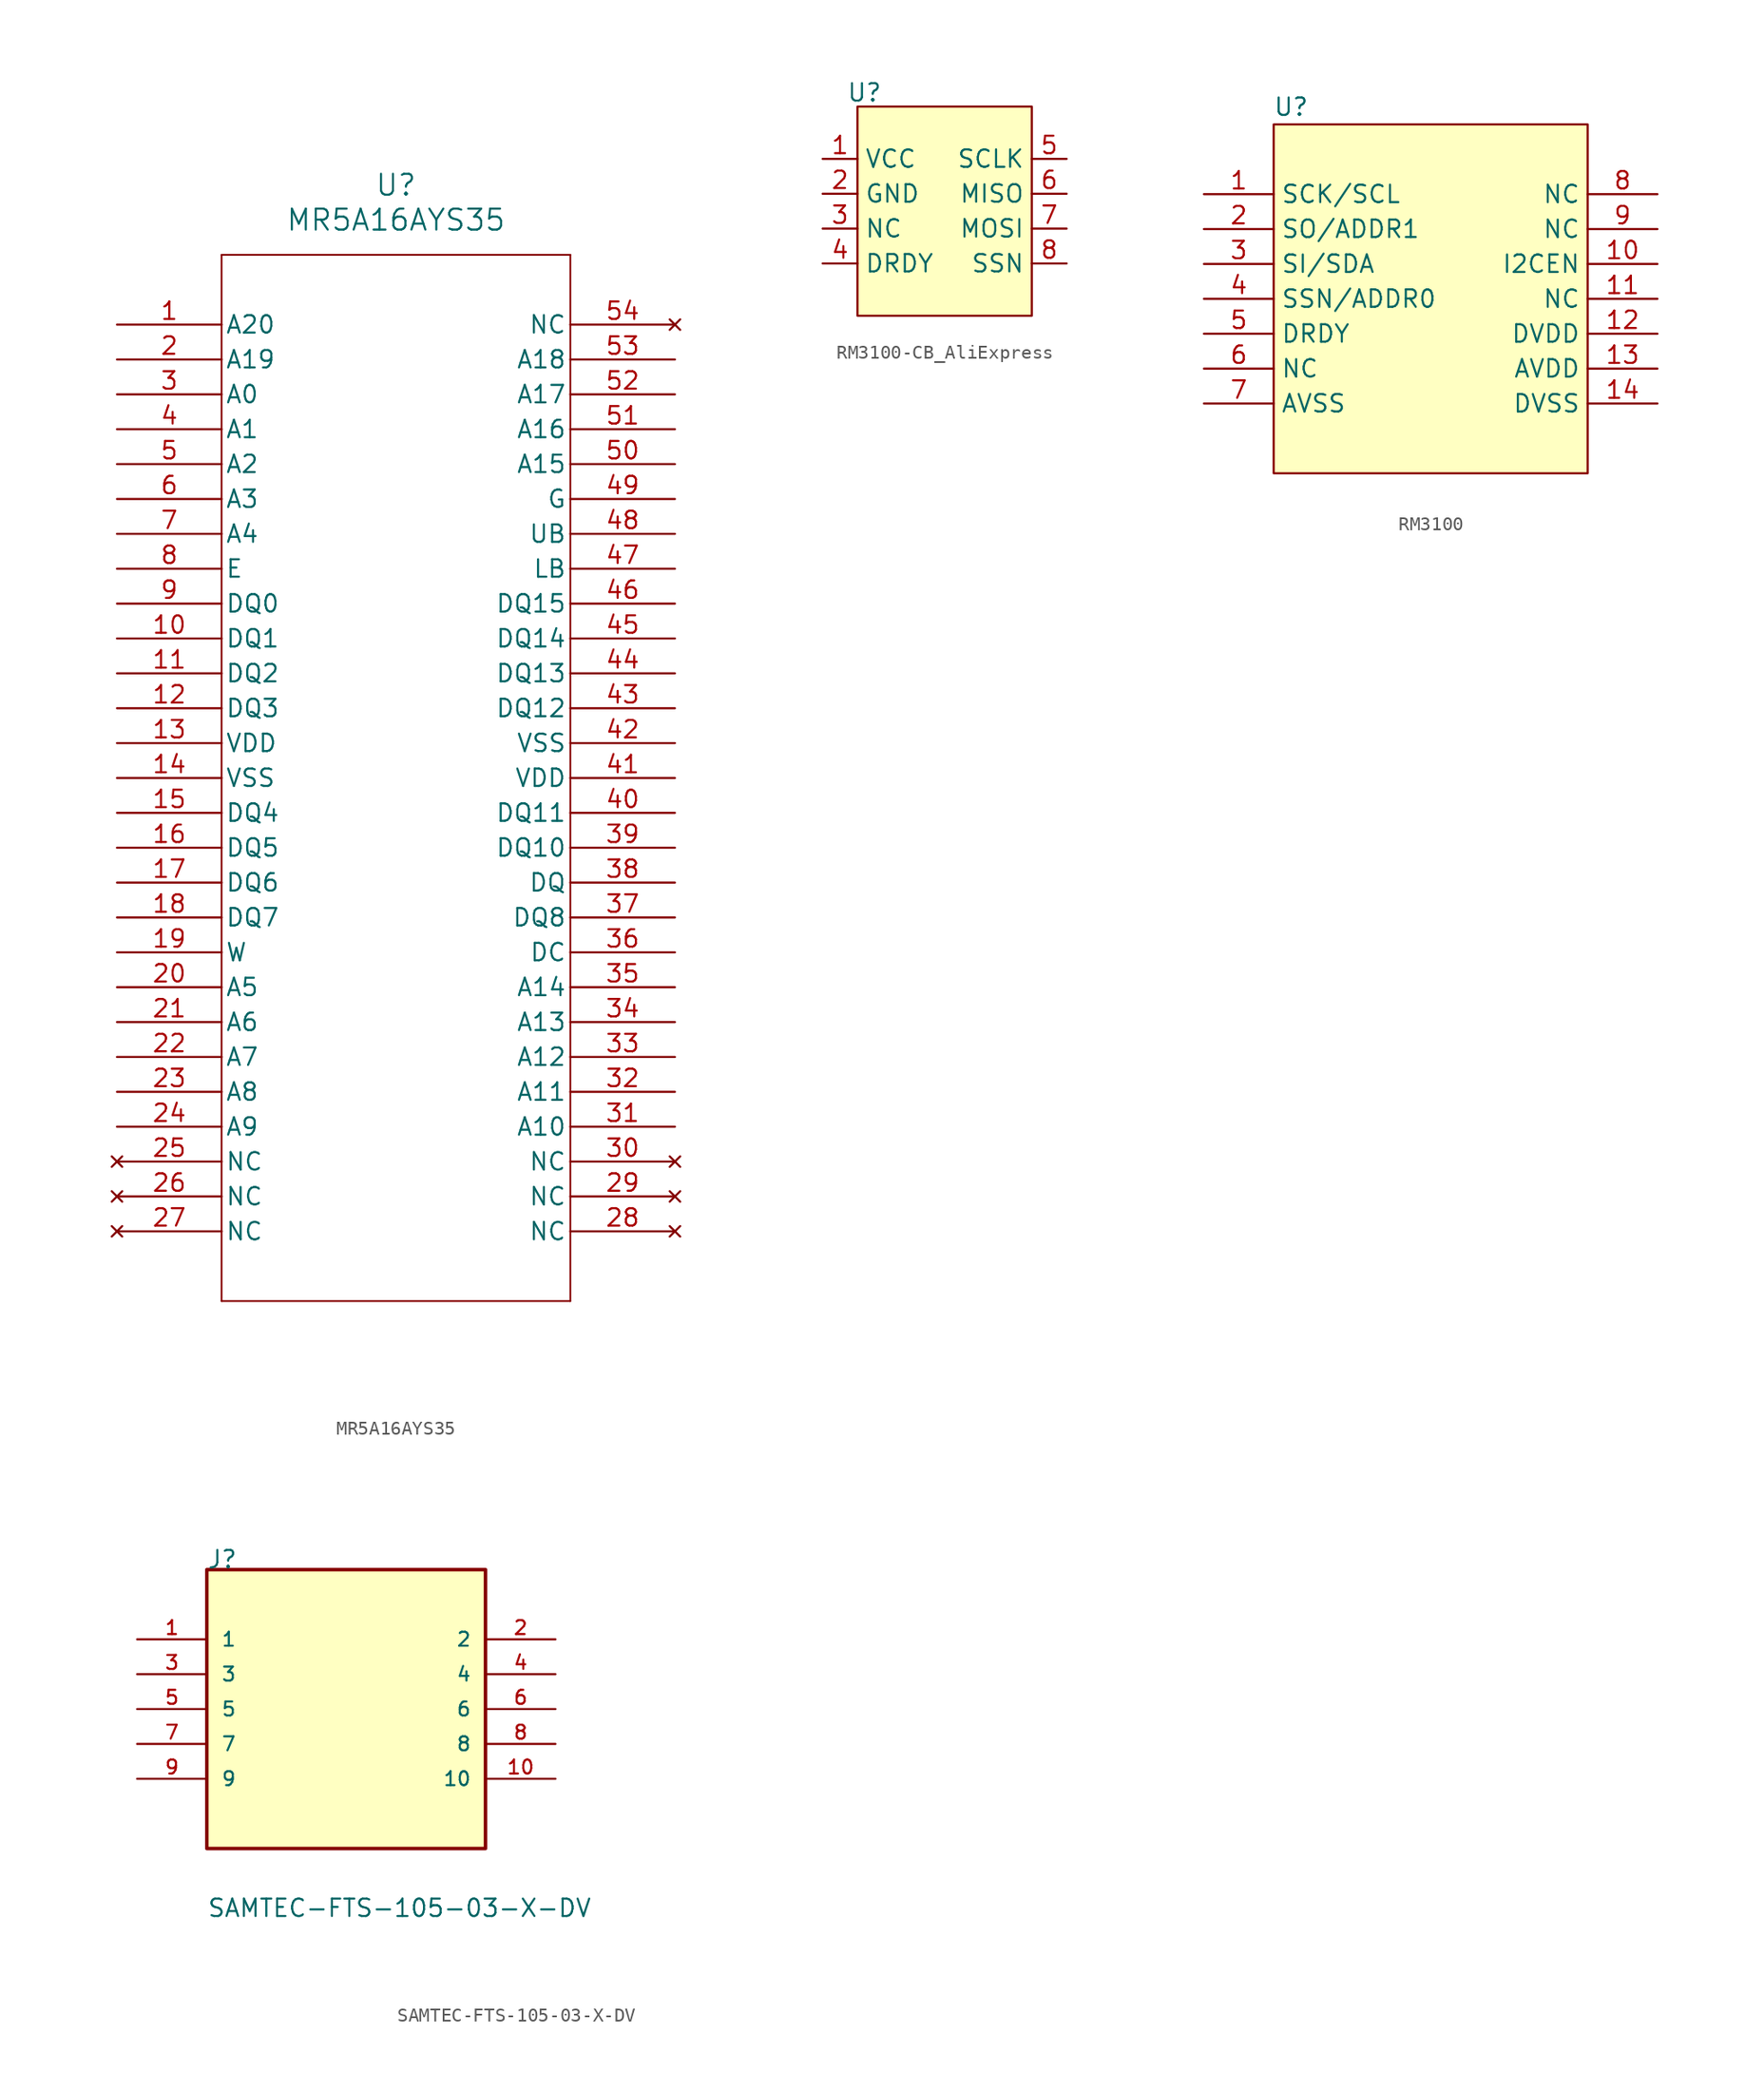
<source format=kicad_sym>
(kicad_symbol_lib
  (version 20231120)
  (generator "kicad_symbol_editor")
  (generator_version "8.0")
  (symbol "MR5A16AYS35"
    (pin_names
      (offset 0.254))
    (property "Reference" "U"
      (at 20.32 10.16 0)
      (effects (font (size 1.524 1.524))))
    (property "Value" "MR5A16AYS35"
      (at 20.32 7.62 0)
      (effects (font (size 1.524 1.524))))
    (property "ki_locked" ""
      (at 0 0 0)
      (effects (font (size 1.27 1.27))))
    (symbol "MR5A16AYS35_0_1"
      (polyline (pts (xy 7.62 -71.12) (xy 33.02 -71.12)) (stroke (width 0.127) (type default)) (fill (type none)))
      (polyline (pts (xy 7.62 5.08) (xy 7.62 -71.12)) (stroke (width 0.127) (type default)) (fill (type none)))
      (polyline (pts (xy 33.02 -71.12) (xy 33.02 5.08)) (stroke (width 0.127) (type default)) (fill (type none)))
      (polyline (pts (xy 33.02 5.08) (xy 7.62 5.08)) (stroke (width 0.127) (type default)) (fill (type none)))
      (pin bidirectional line (at 0 0 0) (length 7.62) (name "A20" (effects (font (size 1.27 1.27)))) (number "1" (effects (font (size 1.27 1.27)))))
      (pin bidirectional line (at 0 -22.86 0) (length 7.62) (name "DQ1" (effects (font (size 1.27 1.27)))) (number "10" (effects (font (size 1.27 1.27)))))
      (pin bidirectional line (at 0 -25.4 0) (length 7.62) (name "DQ2" (effects (font (size 1.27 1.27)))) (number "11" (effects (font (size 1.27 1.27)))))
      (pin bidirectional line (at 0 -27.94 0) (length 7.62) (name "DQ3" (effects (font (size 1.27 1.27)))) (number "12" (effects (font (size 1.27 1.27)))))
      (pin power_in line (at 0 -30.48 0) (length 7.62) (name "VDD" (effects (font (size 1.27 1.27)))) (number "13" (effects (font (size 1.27 1.27)))))
      (pin power_out line (at 0 -33.02 0) (length 7.62) (name "VSS" (effects (font (size 1.27 1.27)))) (number "14" (effects (font (size 1.27 1.27)))))
      (pin bidirectional line (at 0 -35.56 0) (length 7.62) (name "DQ4" (effects (font (size 1.27 1.27)))) (number "15" (effects (font (size 1.27 1.27)))))
      (pin bidirectional line (at 0 -38.1 0) (length 7.62) (name "DQ5" (effects (font (size 1.27 1.27)))) (number "16" (effects (font (size 1.27 1.27)))))
      (pin bidirectional line (at 0 -40.64 0) (length 7.62) (name "DQ6" (effects (font (size 1.27 1.27)))) (number "17" (effects (font (size 1.27 1.27)))))
      (pin bidirectional line (at 0 -43.18 0) (length 7.62) (name "DQ7" (effects (font (size 1.27 1.27)))) (number "18" (effects (font (size 1.27 1.27)))))
      (pin unspecified line (at 0 -45.72 0) (length 7.62) (name "W" (effects (font (size 1.27 1.27)))) (number "19" (effects (font (size 1.27 1.27)))))
      (pin bidirectional line (at 0 -2.54 0) (length 7.62) (name "A19" (effects (font (size 1.27 1.27)))) (number "2" (effects (font (size 1.27 1.27)))))
      (pin bidirectional line (at 0 -48.26 0) (length 7.62) (name "A5" (effects (font (size 1.27 1.27)))) (number "20" (effects (font (size 1.27 1.27)))))
      (pin bidirectional line (at 0 -50.8 0) (length 7.62) (name "A6" (effects (font (size 1.27 1.27)))) (number "21" (effects (font (size 1.27 1.27)))))
      (pin bidirectional line (at 0 -53.34 0) (length 7.62) (name "A7" (effects (font (size 1.27 1.27)))) (number "22" (effects (font (size 1.27 1.27)))))
      (pin bidirectional line (at 0 -55.88 0) (length 7.62) (name "A8" (effects (font (size 1.27 1.27)))) (number "23" (effects (font (size 1.27 1.27)))))
      (pin bidirectional line (at 0 -58.42 0) (length 7.62) (name "A9" (effects (font (size 1.27 1.27)))) (number "24" (effects (font (size 1.27 1.27)))))
      (pin no_connect line (at 0 -60.96 0) (length 7.62) (name "NC" (effects (font (size 1.27 1.27)))) (number "25" (effects (font (size 1.27 1.27)))))
      (pin no_connect line (at 0 -63.5 0) (length 7.62) (name "NC" (effects (font (size 1.27 1.27)))) (number "26" (effects (font (size 1.27 1.27)))))
      (pin no_connect line (at 0 -66.04 0) (length 7.62) (name "NC" (effects (font (size 1.27 1.27)))) (number "27" (effects (font (size 1.27 1.27)))))
      (pin no_connect line (at 40.64 -66.04 180) (length 7.62) (name "NC" (effects (font (size 1.27 1.27)))) (number "28" (effects (font (size 1.27 1.27)))))
      (pin no_connect line (at 40.64 -63.5 180) (length 7.62) (name "NC" (effects (font (size 1.27 1.27)))) (number "29" (effects (font (size 1.27 1.27)))))
      (pin bidirectional line (at 0 -5.08 0) (length 7.62) (name "A0" (effects (font (size 1.27 1.27)))) (number "3" (effects (font (size 1.27 1.27)))))
      (pin no_connect line (at 40.64 -60.96 180) (length 7.62) (name "NC" (effects (font (size 1.27 1.27)))) (number "30" (effects (font (size 1.27 1.27)))))
      (pin bidirectional line (at 40.64 -58.42 180) (length 7.62) (name "A10" (effects (font (size 1.27 1.27)))) (number "31" (effects (font (size 1.27 1.27)))))
      (pin bidirectional line (at 40.64 -55.88 180) (length 7.62) (name "A11" (effects (font (size 1.27 1.27)))) (number "32" (effects (font (size 1.27 1.27)))))
      (pin bidirectional line (at 40.64 -53.34 180) (length 7.62) (name "A12" (effects (font (size 1.27 1.27)))) (number "33" (effects (font (size 1.27 1.27)))))
      (pin bidirectional line (at 40.64 -50.8 180) (length 7.62) (name "A13" (effects (font (size 1.27 1.27)))) (number "34" (effects (font (size 1.27 1.27)))))
      (pin bidirectional line (at 40.64 -48.26 180) (length 7.62) (name "A14" (effects (font (size 1.27 1.27)))) (number "35" (effects (font (size 1.27 1.27)))))
      (pin unspecified line (at 40.64 -45.72 180) (length 7.62) (name "DC" (effects (font (size 1.27 1.27)))) (number "36" (effects (font (size 1.27 1.27)))))
      (pin bidirectional line (at 40.64 -43.18 180) (length 7.62) (name "DQ8" (effects (font (size 1.27 1.27)))) (number "37" (effects (font (size 1.27 1.27)))))
      (pin unspecified line (at 40.64 -40.64 180) (length 7.62) (name "DQ" (effects (font (size 1.27 1.27)))) (number "38" (effects (font (size 1.27 1.27)))))
      (pin bidirectional line (at 40.64 -38.1 180) (length 7.62) (name "DQ10" (effects (font (size 1.27 1.27)))) (number "39" (effects (font (size 1.27 1.27)))))
      (pin bidirectional line (at 0 -7.62 0) (length 7.62) (name "A1" (effects (font (size 1.27 1.27)))) (number "4" (effects (font (size 1.27 1.27)))))
      (pin bidirectional line (at 40.64 -35.56 180) (length 7.62) (name "DQ11" (effects (font (size 1.27 1.27)))) (number "40" (effects (font (size 1.27 1.27)))))
      (pin power_in line (at 40.64 -33.02 180) (length 7.62) (name "VDD" (effects (font (size 1.27 1.27)))) (number "41" (effects (font (size 1.27 1.27)))))
      (pin power_out line (at 40.64 -30.48 180) (length 7.62) (name "VSS" (effects (font (size 1.27 1.27)))) (number "42" (effects (font (size 1.27 1.27)))))
      (pin bidirectional line (at 40.64 -27.94 180) (length 7.62) (name "DQ12" (effects (font (size 1.27 1.27)))) (number "43" (effects (font (size 1.27 1.27)))))
      (pin bidirectional line (at 40.64 -25.4 180) (length 7.62) (name "DQ13" (effects (font (size 1.27 1.27)))) (number "44" (effects (font (size 1.27 1.27)))))
      (pin bidirectional line (at 40.64 -22.86 180) (length 7.62) (name "DQ14" (effects (font (size 1.27 1.27)))) (number "45" (effects (font (size 1.27 1.27)))))
      (pin bidirectional line (at 40.64 -20.32 180) (length 7.62) (name "DQ15" (effects (font (size 1.27 1.27)))) (number "46" (effects (font (size 1.27 1.27)))))
      (pin unspecified line (at 40.64 -17.78 180) (length 7.62) (name "LB" (effects (font (size 1.27 1.27)))) (number "47" (effects (font (size 1.27 1.27)))))
      (pin unspecified line (at 40.64 -15.24 180) (length 7.62) (name "UB" (effects (font (size 1.27 1.27)))) (number "48" (effects (font (size 1.27 1.27)))))
      (pin unspecified line (at 40.64 -12.7 180) (length 7.62) (name "G" (effects (font (size 1.27 1.27)))) (number "49" (effects (font (size 1.27 1.27)))))
      (pin bidirectional line (at 0 -10.16 0) (length 7.62) (name "A2" (effects (font (size 1.27 1.27)))) (number "5" (effects (font (size 1.27 1.27)))))
      (pin bidirectional line (at 40.64 -10.16 180) (length 7.62) (name "A15" (effects (font (size 1.27 1.27)))) (number "50" (effects (font (size 1.27 1.27)))))
      (pin bidirectional line (at 40.64 -7.62 180) (length 7.62) (name "A16" (effects (font (size 1.27 1.27)))) (number "51" (effects (font (size 1.27 1.27)))))
      (pin bidirectional line (at 40.64 -5.08 180) (length 7.62) (name "A17" (effects (font (size 1.27 1.27)))) (number "52" (effects (font (size 1.27 1.27)))))
      (pin bidirectional line (at 40.64 -2.54 180) (length 7.62) (name "A18" (effects (font (size 1.27 1.27)))) (number "53" (effects (font (size 1.27 1.27)))))
      (pin no_connect line (at 40.64 0 180) (length 7.62) (name "NC" (effects (font (size 1.27 1.27)))) (number "54" (effects (font (size 1.27 1.27)))))
      (pin bidirectional line (at 0 -12.7 0) (length 7.62) (name "A3" (effects (font (size 1.27 1.27)))) (number "6" (effects (font (size 1.27 1.27)))))
      (pin bidirectional line (at 0 -15.24 0) (length 7.62) (name "A4" (effects (font (size 1.27 1.27)))) (number "7" (effects (font (size 1.27 1.27)))))
      (pin unspecified line (at 0 -17.78 0) (length 7.62) (name "E" (effects (font (size 1.27 1.27)))) (number "8" (effects (font (size 1.27 1.27)))))
      (pin bidirectional line (at 0 -20.32 0) (length 7.62) (name "DQ0" (effects (font (size 1.27 1.27)))) (number "9" (effects (font (size 1.27 1.27)))))))
  (symbol "RM3100-CB_AliExpress"
    (property "Reference" "U"
      (at -5.842 8.636 0)
      (effects (font (size 1.27 1.27))))
    (property "Value" ""
      (at 0 0 0)
      (effects (font (size 1.27 1.27))))
    (symbol "RM3100-CB_AliExpress_1_1"
      (rectangle (start -6.35 7.62) (end 6.35 -7.62) (stroke (width 0) (type default)) (fill (type background)))
      (pin input line (at -8.89 3.81 0) (length 2.54) (name "VCC" (effects (font (size 1.27 1.27)))) (number "1" (effects (font (size 1.27 1.27)))))
      (pin input line (at -8.89 1.27 0) (length 2.54) (name "GND" (effects (font (size 1.27 1.27)))) (number "2" (effects (font (size 1.27 1.27)))))
      (pin input line (at -8.89 -1.27 0) (length 2.54) (name "NC" (effects (font (size 1.27 1.27)))) (number "3" (effects (font (size 1.27 1.27)))))
      (pin input line (at -8.89 -3.81 0) (length 2.54) (name "DRDY" (effects (font (size 1.27 1.27)))) (number "4" (effects (font (size 1.27 1.27)))))
      (pin input line (at 8.89 3.81 180) (length 2.54) (name "SCLK" (effects (font (size 1.27 1.27)))) (number "5" (effects (font (size 1.27 1.27)))))
      (pin input line (at 8.89 1.27 180) (length 2.54) (name "MISO" (effects (font (size 1.27 1.27)))) (number "6" (effects (font (size 1.27 1.27)))))
      (pin input line (at 8.89 -1.27 180) (length 2.54) (name "MOSI" (effects (font (size 1.27 1.27)))) (number "7" (effects (font (size 1.27 1.27)))))
      (pin input line (at 8.89 -3.81 180) (length 2.54) (name "SSN" (effects (font (size 1.27 1.27)))) (number "8" (effects (font (size 1.27 1.27)))))))
  (symbol "RM3100"
    (property "Reference" "U"
      (at -11.43 13.97 0)
      (effects (font (size 1.27 1.27))))
    (property "Value" ""
      (at -7.62 3.81 0)
      (effects (font (size 1.27 1.27))))
    (symbol "RM3100_1_1"
      (rectangle (start -12.7 12.7) (end 10.16 -12.7) (stroke (width 0) (type default)) (fill (type background)))
      (pin input line (at -17.78 7.62 0) (length 5.08) (name "SCK/SCL" (effects (font (size 1.27 1.27)))) (number "1" (effects (font (size 1.27 1.27)))))
      (pin input line (at 15.24 2.54 180) (length 5.08) (name "I2CEN" (effects (font (size 1.27 1.27)))) (number "10" (effects (font (size 1.27 1.27)))))
      (pin input line (at 15.24 0 180) (length 5.08) (name "NC" (effects (font (size 1.27 1.27)))) (number "11" (effects (font (size 1.27 1.27)))))
      (pin input line (at 15.24 -2.54 180) (length 5.08) (name "DVDD" (effects (font (size 1.27 1.27)))) (number "12" (effects (font (size 1.27 1.27)))))
      (pin input line (at 15.24 -5.08 180) (length 5.08) (name "AVDD" (effects (font (size 1.27 1.27)))) (number "13" (effects (font (size 1.27 1.27)))))
      (pin input line (at 15.24 -7.62 180) (length 5.08) (name "DVSS" (effects (font (size 1.27 1.27)))) (number "14" (effects (font (size 1.27 1.27)))))
      (pin input line (at -17.78 5.08 0) (length 5.08) (name "SO/ADDR1" (effects (font (size 1.27 1.27)))) (number "2" (effects (font (size 1.27 1.27)))))
      (pin input line (at -17.78 2.54 0) (length 5.08) (name "SI/SDA" (effects (font (size 1.27 1.27)))) (number "3" (effects (font (size 1.27 1.27)))))
      (pin input line (at -17.78 0 0) (length 5.08) (name "SSN/ADDR0" (effects (font (size 1.27 1.27)))) (number "4" (effects (font (size 1.27 1.27)))))
      (pin input line (at -17.78 -2.54 0) (length 5.08) (name "DRDY" (effects (font (size 1.27 1.27)))) (number "5" (effects (font (size 1.27 1.27)))))
      (pin input line (at -17.78 -5.08 0) (length 5.08) (name "NC" (effects (font (size 1.27 1.27)))) (number "6" (effects (font (size 1.27 1.27)))))
      (pin input line (at -17.78 -7.62 0) (length 5.08) (name "AVSS" (effects (font (size 1.27 1.27)))) (number "7" (effects (font (size 1.27 1.27)))))
      (pin input line (at 15.24 7.62 180) (length 5.08) (name "NC" (effects (font (size 1.27 1.27)))) (number "8" (effects (font (size 1.27 1.27)))))
      (pin input line (at 15.24 5.08 180) (length 5.08) (name "NC" (effects (font (size 1.27 1.27)))) (number "9" (effects (font (size 1.27 1.27)))))))
  (symbol "SAMTEC-FTS-105-03-X-DV"
    (pin_names
      (offset 1.016))
    (property "Reference" "J"
      (at 0 5.08 0)
      (effects (font (size 1.27 1.27)) (justify left bottom)))
    (property "Value" "SAMTEC-FTS-105-03-X-DV"
      (at 0 -20.32 0)
      (effects (font (size 1.27 1.27)) (justify left bottom)))
    (symbol "SAMTEC-FTS-105-03-X-DV_0_0"
      (rectangle (start 0 5.08) (end 20.3 -15.24) (stroke (width 0.254) (type default)) (fill (type background)))
      (pin passive line (at -5.08 0 0) (length 5.08) (name "1" (effects (font (size 1.016 1.016)))) (number "1" (effects (font (size 1.016 1.016)))))
      (pin passive line (at 25.4 -10.16 180) (length 5.08) (name "10" (effects (font (size 1.016 1.016)))) (number "10" (effects (font (size 1.016 1.016)))))
      (pin passive line (at 25.4 0 180) (length 5.08) (name "2" (effects (font (size 1.016 1.016)))) (number "2" (effects (font (size 1.016 1.016)))))
      (pin passive line (at -5.08 -2.54 0) (length 5.08) (name "3" (effects (font (size 1.016 1.016)))) (number "3" (effects (font (size 1.016 1.016)))))
      (pin passive line (at 25.4 -2.54 180) (length 5.08) (name "4" (effects (font (size 1.016 1.016)))) (number "4" (effects (font (size 1.016 1.016)))))
      (pin passive line (at -5.08 -5.08 0) (length 5.08) (name "5" (effects (font (size 1.016 1.016)))) (number "5" (effects (font (size 1.016 1.016)))))
      (pin passive line (at 25.4 -5.08 180) (length 5.08) (name "6" (effects (font (size 1.016 1.016)))) (number "6" (effects (font (size 1.016 1.016)))))
      (pin passive line (at -5.08 -7.62 0) (length 5.08) (name "7" (effects (font (size 1.016 1.016)))) (number "7" (effects (font (size 1.016 1.016)))))
      (pin passive line (at 25.4 -7.62 180) (length 5.08) (name "8" (effects (font (size 1.016 1.016)))) (number "8" (effects (font (size 1.016 1.016)))))
      (pin passive line (at -5.08 -10.16 0) (length 5.08) (name "9" (effects (font (size 1.016 1.016)))) (number "9" (effects (font (size 1.016 1.016))))))
    (symbol "SAMTEC-FTS-105-03-X-DV_1_0"
      (text private ">PARTNO" (at 0 -17.78 0) (effects (font (size 2.286 2.286)) (justify left bottom)))
      (text private "SAMTEC-FTS-105-03-X-DV" (at 0 -22.86 0) (effects (font (size 2.286 2.286)) (justify left bottom))))))
</source>
